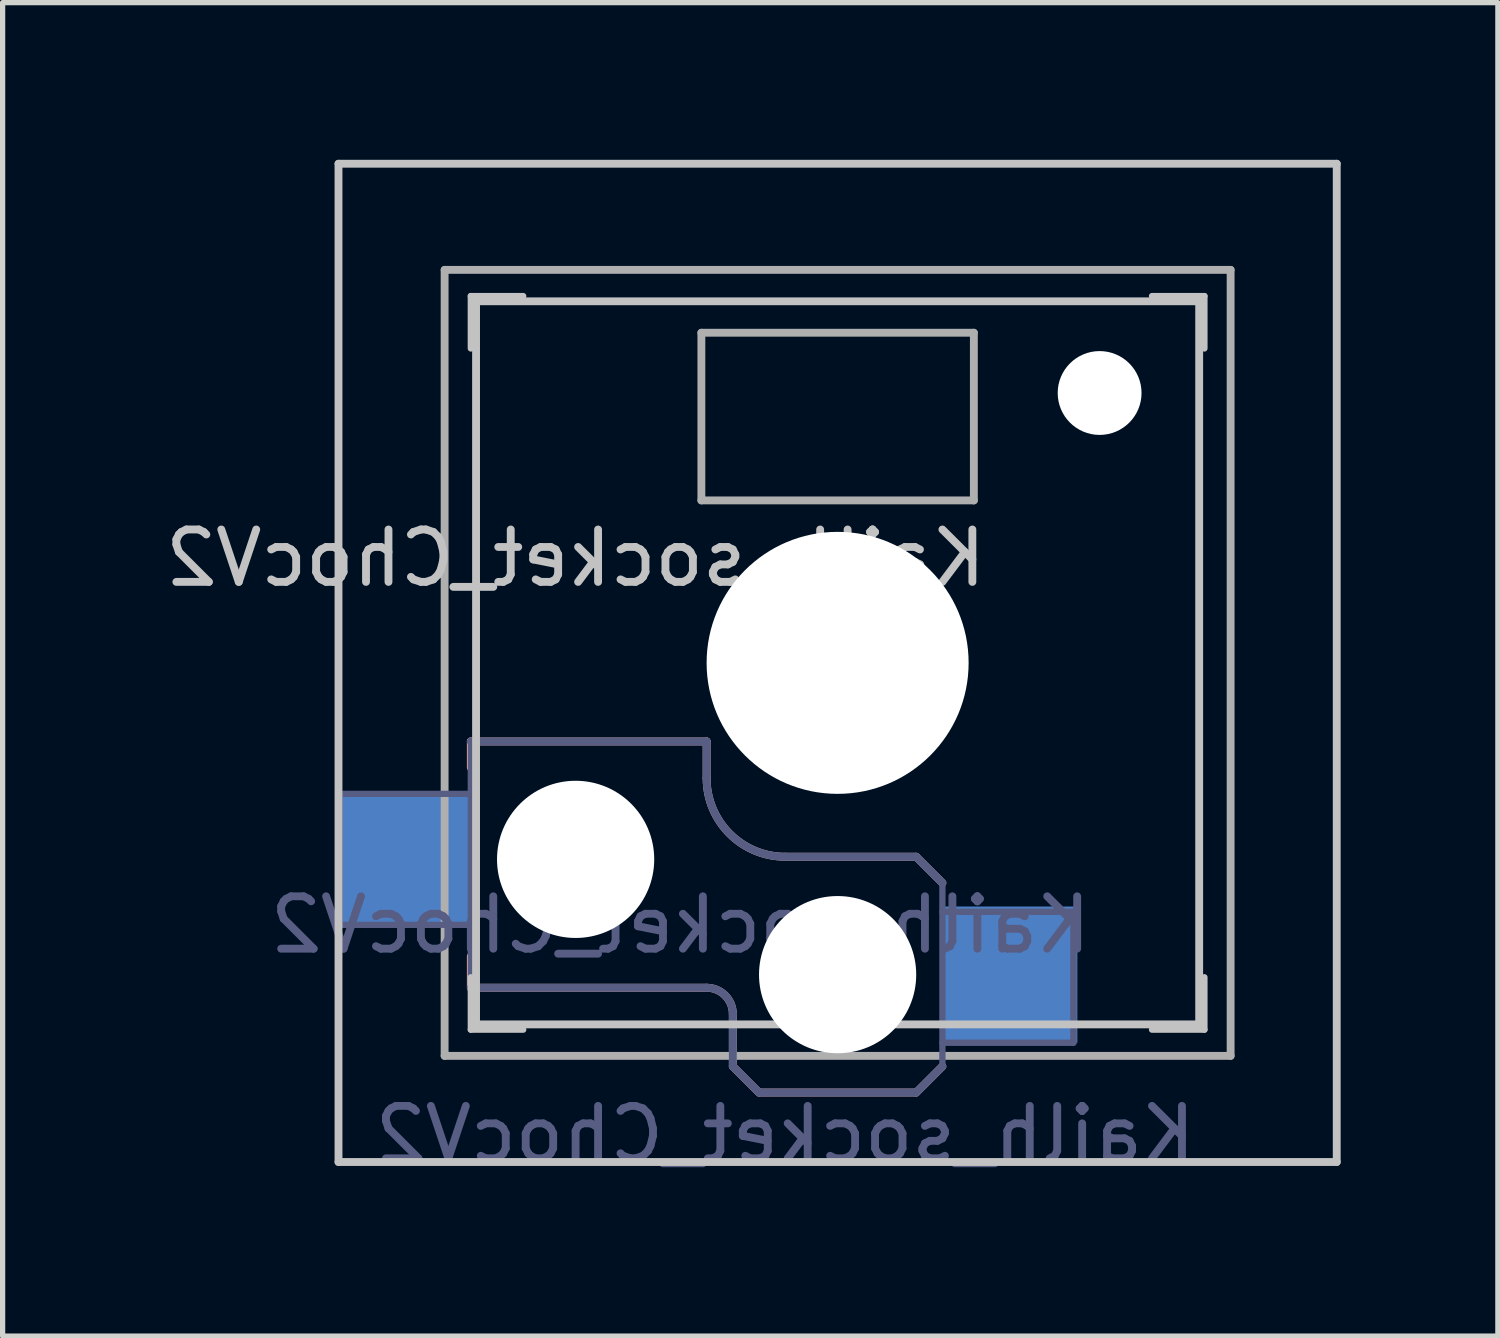
<source format=kicad_pcb>
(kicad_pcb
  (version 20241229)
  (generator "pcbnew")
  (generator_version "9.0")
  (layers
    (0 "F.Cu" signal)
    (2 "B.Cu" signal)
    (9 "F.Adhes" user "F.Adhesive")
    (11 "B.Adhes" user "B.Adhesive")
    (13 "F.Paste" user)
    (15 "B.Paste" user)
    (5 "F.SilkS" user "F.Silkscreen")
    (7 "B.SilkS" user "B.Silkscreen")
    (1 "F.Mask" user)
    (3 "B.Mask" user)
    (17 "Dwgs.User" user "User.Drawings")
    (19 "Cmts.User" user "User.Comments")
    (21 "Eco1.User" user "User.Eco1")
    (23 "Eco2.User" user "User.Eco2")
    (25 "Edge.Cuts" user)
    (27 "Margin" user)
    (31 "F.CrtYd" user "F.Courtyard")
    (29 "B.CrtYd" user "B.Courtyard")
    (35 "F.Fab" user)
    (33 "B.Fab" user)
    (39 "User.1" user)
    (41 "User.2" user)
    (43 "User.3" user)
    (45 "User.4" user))
  (footprint "Kailh_socket_ChocV2"
    (layer "F.Cu")
    (at 12.935 9.6)
    (property "Reference" "Kailh_socket_ChocV2" (at -5 -2 0) (layer "Dwgs.User") (effects (font (size 1 1) (thickness 0.15)) (justify mirror)))
    (property "Value" "Kailh_socket_ChocV2" (at 0 8.255 0) (layer "F.Fab") (hide yes) (effects (font (size 1 1) (thickness 0.15))))
    (attr smd)
    (fp_line (start -7 1.5) (end -7 2) (stroke (width 0.15) (type solid)) (layer "B.SilkS"))
    (fp_line (start -7 5.6) (end -7 6.2) (stroke (width 0.15) (type solid)) (layer "B.SilkS"))
    (fp_line (start -7 6.2) (end -2.5 6.2) (stroke (width 0.15) (type solid)) (layer "B.SilkS"))
    (fp_line (start -2.5 1.5) (end -7 1.5) (stroke (width 0.15) (type solid)) (layer "B.SilkS"))
    (fp_line (start -2.5 2.2) (end -2.5 1.5) (stroke (width 0.15) (type solid)) (layer "B.SilkS"))
    (fp_line (start -2 6.7) (end -2 7.7) (stroke (width 0.15) (type solid)) (layer "B.SilkS"))
    (fp_line (start -1.5 8.2) (end -2 7.7) (stroke (width 0.15) (type solid)) (layer "B.SilkS"))
    (fp_line (start 1.5 3.7) (end -1 3.7) (stroke (width 0.15) (type solid)) (layer "B.SilkS"))
    (fp_line (start 1.5 8.2) (end -1.5 8.2) (stroke (width 0.15) (type solid)) (layer "B.SilkS"))
    (fp_line (start 2 4.2) (end 1.5 3.7) (stroke (width 0.15) (type solid)) (layer "B.SilkS"))
    (fp_line (start 2 7.7) (end 1.5 8.2) (stroke (width 0.15) (type solid)) (layer "B.SilkS"))
    (fp_arc (start -2.5 6.2) (mid -2.146447 6.346447) (end -2 6.7) (stroke (width 0.15) (type solid)) (layer "B.SilkS"))
    (fp_arc (start -1 3.7) (mid -2.06066 3.26066) (end -2.5 2.2) (stroke (width 0.15) (type solid)) (layer "B.SilkS"))
    (fp_line (start -9.525 -9.525) (end 9.525 -9.525) (stroke (width 0.15) (type solid)) (layer "Dwgs.User"))
    (fp_line (start -9.525 9.525) (end -9.525 -9.525) (stroke (width 0.15) (type solid)) (layer "Dwgs.User"))
    (fp_line (start -7 -7) (end -7 -6) (stroke (width 0.12) (type solid)) (layer "Dwgs.User"))
    (fp_line (start -7 -7) (end -6 -7) (stroke (width 0.12) (type solid)) (layer "Dwgs.User"))
    (fp_line (start -7 7) (end -7 6) (stroke (width 0.12) (type solid)) (layer "Dwgs.User"))
    (fp_line (start -7 7) (end -6 7) (stroke (width 0.12) (type solid)) (layer "Dwgs.User"))
    (fp_line (start -6.9 6.9) (end -6.9 -6.9) (stroke (width 0.15) (type solid)) (layer "Dwgs.User"))
    (fp_line (start -6.9 6.9) (end 6.9 6.9) (stroke (width 0.15) (type solid)) (layer "Dwgs.User"))
    (fp_line (start 6.9 -6.9) (end -6.9 -6.9) (stroke (width 0.15) (type solid)) (layer "Dwgs.User"))
    (fp_line (start 6.9 -6.9) (end 6.9 6.9) (stroke (width 0.15) (type solid)) (layer "Dwgs.User"))
    (fp_line (start 7 -7) (end 6 -7) (stroke (width 0.12) (type solid)) (layer "Dwgs.User"))
    (fp_line (start 7 -7) (end 7 -6) (stroke (width 0.12) (type solid)) (layer "Dwgs.User"))
    (fp_line (start 7 7) (end 6 7) (stroke (width 0.12) (type solid)) (layer "Dwgs.User"))
    (fp_line (start 7 7) (end 7 6) (stroke (width 0.12) (type solid)) (layer "Dwgs.User"))
    (fp_line (start 9.525 -9.525) (end 9.525 9.525) (stroke (width 0.15) (type solid)) (layer "Dwgs.User"))
    (fp_line (start 9.525 9.525) (end -9.525 9.525) (stroke (width 0.15) (type solid)) (layer "Dwgs.User"))
    (fp_line (start -9.5 2.5) (end -7 2.5) (stroke (width 0.12) (type solid)) (layer "B.Fab"))
    (fp_line (start -9.5 5) (end -9.5 2.5) (stroke (width 0.12) (type solid)) (layer "B.Fab"))
    (fp_line (start -7 1.5) (end -7 6.2) (stroke (width 0.12) (type solid)) (layer "B.Fab"))
    (fp_line (start -7 5) (end -9.5 5) (stroke (width 0.12) (type solid)) (layer "B.Fab"))
    (fp_line (start -7 6.2) (end -2.5 6.2) (stroke (width 0.15) (type solid)) (layer "B.Fab"))
    (fp_line (start -2.5 1.5) (end -7 1.5) (stroke (width 0.15) (type solid)) (layer "B.Fab"))
    (fp_line (start -2.5 2.2) (end -2.5 1.5) (stroke (width 0.15) (type solid)) (layer "B.Fab"))
    (fp_line (start -2 6.7) (end -2 7.7) (stroke (width 0.15) (type solid)) (layer "B.Fab"))
    (fp_line (start -1.5 8.2) (end -2 7.7) (stroke (width 0.15) (type solid)) (layer "B.Fab"))
    (fp_line (start 1.5 3.7) (end -1 3.7) (stroke (width 0.15) (type solid)) (layer "B.Fab"))
    (fp_line (start 1.5 8.2) (end -1.5 8.2) (stroke (width 0.15) (type solid)) (layer "B.Fab"))
    (fp_line (start 2 4.2) (end 1.5 3.7) (stroke (width 0.15) (type solid)) (layer "B.Fab"))
    (fp_line (start 2 4.25) (end 2 7.7) (stroke (width 0.12) (type solid)) (layer "B.Fab"))
    (fp_line (start 2 4.75) (end 4.5 4.75) (stroke (width 0.12) (type solid)) (layer "B.Fab"))
    (fp_line (start 2 7.7) (end 1.5 8.2) (stroke (width 0.15) (type solid)) (layer "B.Fab"))
    (fp_line (start 4.5 4.75) (end 4.5 7.25) (stroke (width 0.12) (type solid)) (layer "B.Fab"))
    (fp_line (start 4.5 7.25) (end 2 7.25) (stroke (width 0.12) (type solid)) (layer "B.Fab"))
    (fp_arc (start -2.5 6.2) (mid -2.146447 6.346447) (end -2 6.7) (stroke (width 0.15) (type solid)) (layer "B.Fab"))
    (fp_arc (start -1 3.7) (mid -2.06066 3.26066) (end -2.5 2.2) (stroke (width 0.15) (type solid)) (layer "B.Fab"))
    (fp_line (start -7.5 -7.5) (end 7.5 -7.5) (stroke (width 0.15) (type solid)) (layer "F.Fab"))
    (fp_line (start -7.5 7.5) (end -7.5 -7.5) (stroke (width 0.15) (type solid)) (layer "F.Fab"))
    (fp_line (start -2.6 -3.1) (end -2.6 -6.3) (stroke (width 0.15) (type solid)) (layer "F.Fab"))
    (fp_line (start -2.6 -3.1) (end 2.6 -3.1) (stroke (width 0.15) (type solid)) (layer "F.Fab"))
    (fp_line (start 2.6 -6.3) (end -2.6 -6.3) (stroke (width 0.15) (type solid)) (layer "F.Fab"))
    (fp_line (start 2.6 -3.1) (end 2.6 -6.3) (stroke (width 0.15) (type solid)) (layer "F.Fab"))
    (fp_line (start 7.5 -7.5) (end 7.5 7.5) (stroke (width 0.15) (type solid)) (layer "F.Fab"))
    (fp_line (start 7.5 7.5) (end -7.5 7.5) (stroke (width 0.15) (type solid)) (layer "F.Fab"))
    (fp_text user "${VALUE}" (at -1 9 0) (layer "B.Fab") (effects (font (size 1 1) (thickness 0.15)) (justify mirror)))
    (fp_text user "${REFERENCE}" (at -3 5 0) (layer "B.Fab") (effects (font (size 1 1) (thickness 0.15)) (justify mirror)))
    (pad "" np_thru_hole circle (at -5 3.75) (size 3 3) (drill 3) (layers "*.Cu" "*.Mask"))
    (pad "" np_thru_hole circle (at 0 0) (size 5 5) (drill 5) (layers "*.Cu" "*.Mask"))
    (pad "" np_thru_hole circle (at 0 5.95) (size 3 3) (drill 3) (layers "*.Cu" "*.Mask"))
    (pad "" np_thru_hole circle (at 5 -5.15) (size 1.6 1.6) (drill 1.6) (layers "*.Cu" "*.Mask"))
    (pad "1" smd rect (at 3.275 5.95) (size 2.6 2.6) (layers "B.Cu" "B.Mask" "B.Paste"))
    (pad "2" smd rect (at -8.275 3.75) (size 2.6 2.6) (layers "B.Cu" "B.Mask" "B.Paste")))
  (gr_rect
    (start -3 -3)
    (end 25.535 22.448)
    (stroke (width 0.1) (type default))
    (fill no)
    (layer "Edge.Cuts")))
</source>
